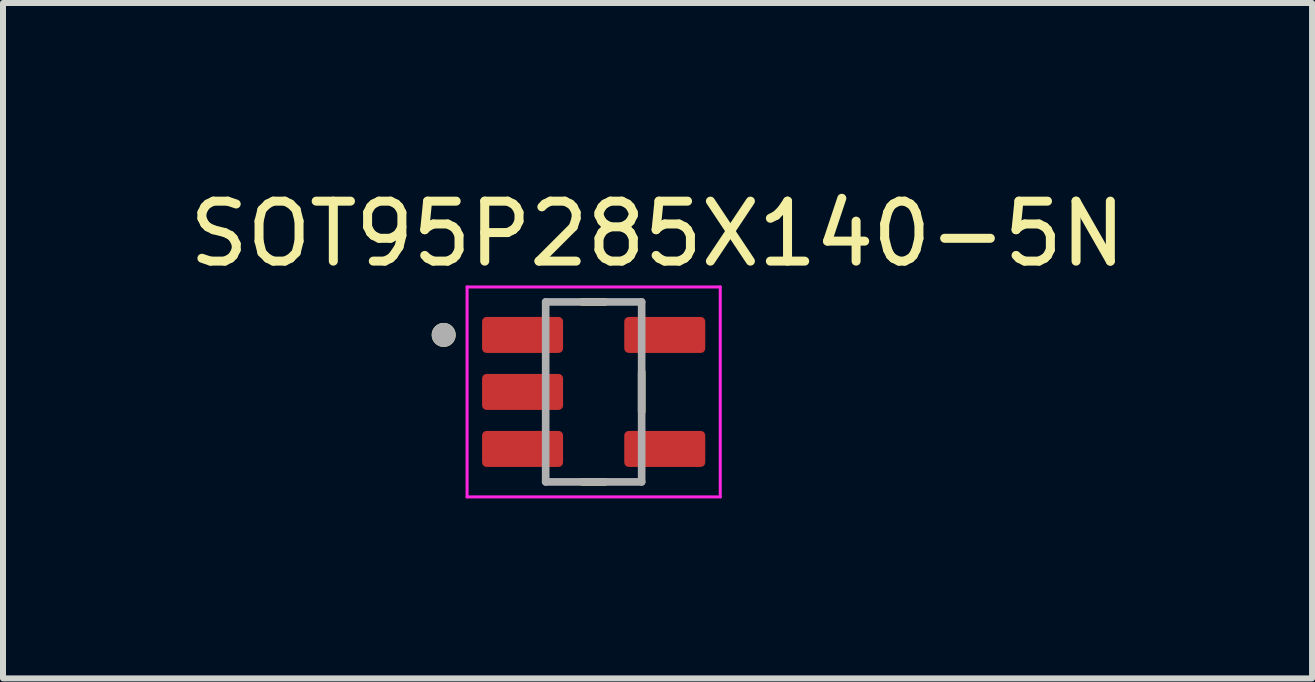
<source format=kicad_pcb>
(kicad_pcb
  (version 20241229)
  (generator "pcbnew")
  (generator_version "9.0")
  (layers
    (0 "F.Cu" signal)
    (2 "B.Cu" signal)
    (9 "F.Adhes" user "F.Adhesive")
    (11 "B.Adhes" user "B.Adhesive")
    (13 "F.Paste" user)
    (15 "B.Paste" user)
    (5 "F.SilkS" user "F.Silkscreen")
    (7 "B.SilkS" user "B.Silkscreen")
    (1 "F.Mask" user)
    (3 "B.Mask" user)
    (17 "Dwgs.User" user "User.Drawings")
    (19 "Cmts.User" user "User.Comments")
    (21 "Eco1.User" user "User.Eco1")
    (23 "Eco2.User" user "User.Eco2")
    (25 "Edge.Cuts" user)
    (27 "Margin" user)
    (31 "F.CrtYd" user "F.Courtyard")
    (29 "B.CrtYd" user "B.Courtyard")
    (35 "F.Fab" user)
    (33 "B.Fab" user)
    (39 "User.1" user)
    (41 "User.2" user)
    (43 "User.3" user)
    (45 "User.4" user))
  (footprint "SOT95P285X140-5N"
    (layer "F.Cu")
    (at 6.846 3.483)
    (property "Reference" "SOT95P285X140-5N" (at 1.065 -2.635 0) (layer "F.SilkS") (effects (font (size 1 1) (thickness 0.15))))
    (attr smd)
    (fp_line (start -0.19 -1.5) (end 0.19 -1.5) (stroke (width 0.127) (type solid)) (layer "F.SilkS"))
    (fp_line (start -0.19 1.5) (end 0.19 1.5) (stroke (width 0.127) (type solid)) (layer "F.SilkS"))
    (fp_line (start 0.8 -0.33) (end 0.8 0.33) (stroke (width 0.127) (type solid)) (layer "F.SilkS"))
    (fp_circle (center -2.5 -0.95) (end -2.4 -0.95) (stroke (width 0.2) (type solid)) (fill no) (layer "F.SilkS"))
    (fp_line (start -2.11 -1.75) (end -2.11 1.75) (stroke (width 0.05) (type solid)) (layer "F.CrtYd"))
    (fp_line (start -2.11 1.75) (end 2.11 1.75) (stroke (width 0.05) (type solid)) (layer "F.CrtYd"))
    (fp_line (start 2.11 -1.75) (end -2.11 -1.75) (stroke (width 0.05) (type solid)) (layer "F.CrtYd"))
    (fp_line (start 2.11 1.75) (end 2.11 -1.75) (stroke (width 0.05) (type solid)) (layer "F.CrtYd"))
    (fp_line (start -0.8 -1.5) (end 0.8 -1.5) (stroke (width 0.127) (type solid)) (layer "F.Fab"))
    (fp_line (start -0.8 1.5) (end -0.8 -1.5) (stroke (width 0.127) (type solid)) (layer "F.Fab"))
    (fp_line (start 0.8 -1.5) (end 0.8 1.5) (stroke (width 0.127) (type solid)) (layer "F.Fab"))
    (fp_line (start 0.8 1.5) (end -0.8 1.5) (stroke (width 0.127) (type solid)) (layer "F.Fab"))
    (fp_circle (center -2.5 -0.95) (end -2.4 -0.95) (stroke (width 0.2) (type solid)) (fill no) (layer "F.Fab"))
    (pad "1" smd roundrect (at -1.185 -0.95) (size 1.35 0.6) (layers "F.Cu" "F.Mask" "F.Paste") (roundrect_rratio 0.125))
    (pad "2" smd roundrect (at -1.185 0) (size 1.35 0.6) (layers "F.Cu" "F.Mask" "F.Paste") (roundrect_rratio 0.125))
    (pad "3" smd roundrect (at -1.185 0.95) (size 1.35 0.6) (layers "F.Cu" "F.Mask" "F.Paste") (roundrect_rratio 0.125))
    (pad "4" smd roundrect (at 1.185 0.95) (size 1.35 0.6) (layers "F.Cu" "F.Mask" "F.Paste") (roundrect_rratio 0.125))
    (pad "5" smd roundrect (at 1.185 -0.95) (size 1.35 0.6) (layers "F.Cu" "F.Mask" "F.Paste") (roundrect_rratio 0.125)))
  (gr_rect
    (start -3 -3)
    (end 18.821 8.258)
    (stroke (width 0.1) (type default))
    (fill no)
    (layer "Edge.Cuts")))
</source>
